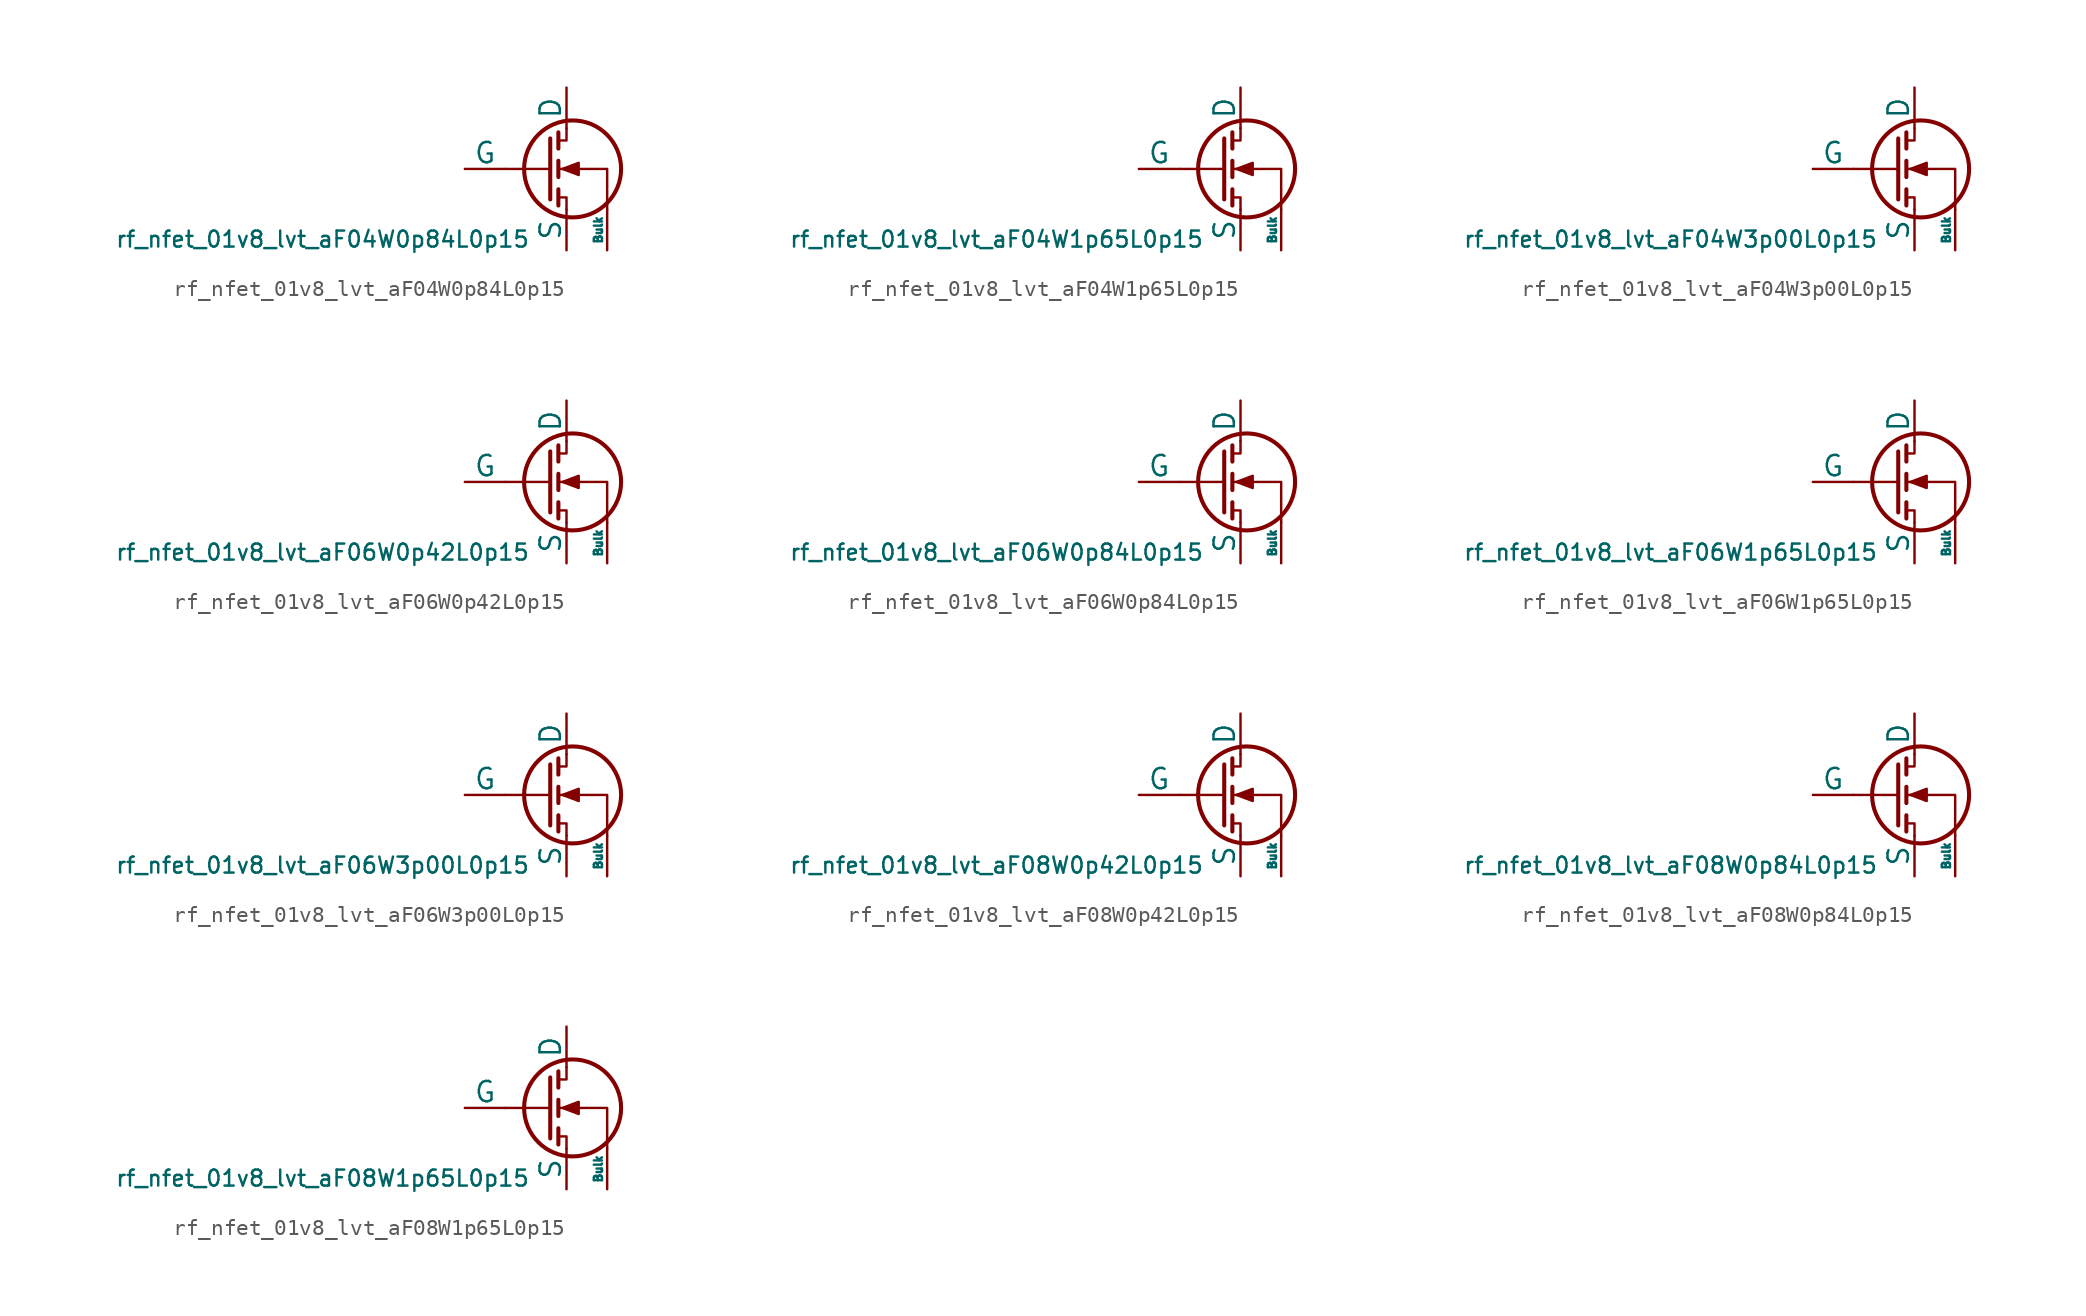
<source format=kicad_sym>
(kicad_symbol_lib
  (version 20211014)
  (generator pdk2kicad)
  (symbol "rf_nfet_01v8_lvt_aF04W0p84L0p15"
    (pin_numbers hide)
    (pin_names
      (offset 0))
    (property "Reference" "Q"
      (at 0 0 0)
      (effects (font (size 1 1)) hide))
    (property "Value" "rf_nfet_01v8_lvt_aF04W0p84L0p15"
      (at -12.7 -3.81 0)
      (effects (font (size 1 1)) (justify top)))
    (polyline
      (pts (xy 1.524 0) (xy -1.27 0))
      (stroke (width 0) (type default))
      (fill (type none)))
    (polyline
      (pts (xy 1.524 1.905) (xy 1.524 -1.905))
      (stroke (width 0.254) (type default))
      (fill (type none)))
    (polyline
      (pts (xy 2.032 -1.27) (xy 2.032 -2.286))
      (stroke (width 0.254) (type default))
      (fill (type none)))
    (polyline
      (pts (xy 2.032 0.508) (xy 2.032 -0.508))
      (stroke (width 0.254) (type default))
      (fill (type none)))
    (polyline
      (pts (xy 2.032 2.286) (xy 2.032 1.27))
      (stroke (width 0.254) (type default))
      (fill (type none)))
    (polyline
      (pts (xy 2.032 1.778) (xy 2.54 1.778) (xy 2.54 2.54))
      (stroke (width 0) (type default))
      (fill (type none)))
    (polyline
      (pts (xy 2.54 -2.54) (xy 2.54 -1.778) (xy 2.032 -1.778))
      (stroke (width 0) (type default))
      (fill (type none)))
    (polyline
      (pts (xy 5.08 -2.54) (xy 5.08 0) (xy 2.032 0))
      (stroke (width 0) (type default))
      (fill (type none)))
    (polyline
      (pts (xy 2.286 0) (xy 3.302 0.381) (xy 3.302 -0.381) (xy 2.286 0))
      (stroke (width 0) (type default))
      (fill (type outline)))
    (circle
      (center 2.921 0)
      (radius 3.029)
      (stroke (width 0.254) (type default))
      (fill (type none)))
    (pin passive line
      (at 2.54 5.08 270)
      (length 2.54)
      (name "D" (effects (font (size 1.27 1.27))))
      (number "1" (effects (font (size 1.27 1.27)))))
    (pin input line
      (at -3.81 0 0)
      (length 2.54)
      (name "G" (effects (font (size 1.27 1.27))))
      (number "2" (effects (font (size 1.27 1.27)))))
    (pin passive line
      (at 2.54 -5.08 90)
      (length 2.54)
      (name "S" (effects (font (size 1.27 1.27))))
      (number "3" (effects (font (size 1.27 1.27)))))
    (pin input line
      (at 5.08 -5.08 90)
      (length 2.54)
      (name "Bulk" (effects (font (size 0.508 0.508))))
      (number "4" (effects (font (size 1.27 1.27))))))
  (symbol "rf_nfet_01v8_lvt_aF04W1p65L0p15"
    (pin_numbers hide)
    (pin_names
      (offset 0))
    (property "Reference" "Q"
      (at 0 0 0)
      (effects (font (size 1 1)) hide))
    (property "Value" "rf_nfet_01v8_lvt_aF04W1p65L0p15"
      (at -12.7 -3.81 0)
      (effects (font (size 1 1)) (justify top)))
    (polyline
      (pts (xy 1.524 0) (xy -1.27 0))
      (stroke (width 0) (type default))
      (fill (type none)))
    (polyline
      (pts (xy 1.524 1.905) (xy 1.524 -1.905))
      (stroke (width 0.254) (type default))
      (fill (type none)))
    (polyline
      (pts (xy 2.032 -1.27) (xy 2.032 -2.286))
      (stroke (width 0.254) (type default))
      (fill (type none)))
    (polyline
      (pts (xy 2.032 0.508) (xy 2.032 -0.508))
      (stroke (width 0.254) (type default))
      (fill (type none)))
    (polyline
      (pts (xy 2.032 2.286) (xy 2.032 1.27))
      (stroke (width 0.254) (type default))
      (fill (type none)))
    (polyline
      (pts (xy 2.032 1.778) (xy 2.54 1.778) (xy 2.54 2.54))
      (stroke (width 0) (type default))
      (fill (type none)))
    (polyline
      (pts (xy 2.54 -2.54) (xy 2.54 -1.778) (xy 2.032 -1.778))
      (stroke (width 0) (type default))
      (fill (type none)))
    (polyline
      (pts (xy 5.08 -2.54) (xy 5.08 0) (xy 2.032 0))
      (stroke (width 0) (type default))
      (fill (type none)))
    (polyline
      (pts (xy 2.286 0) (xy 3.302 0.381) (xy 3.302 -0.381) (xy 2.286 0))
      (stroke (width 0) (type default))
      (fill (type outline)))
    (circle
      (center 2.921 0)
      (radius 3.029)
      (stroke (width 0.254) (type default))
      (fill (type none)))
    (pin passive line
      (at 2.54 5.08 270)
      (length 2.54)
      (name "D" (effects (font (size 1.27 1.27))))
      (number "1" (effects (font (size 1.27 1.27)))))
    (pin input line
      (at -3.81 0 0)
      (length 2.54)
      (name "G" (effects (font (size 1.27 1.27))))
      (number "2" (effects (font (size 1.27 1.27)))))
    (pin passive line
      (at 2.54 -5.08 90)
      (length 2.54)
      (name "S" (effects (font (size 1.27 1.27))))
      (number "3" (effects (font (size 1.27 1.27)))))
    (pin input line
      (at 5.08 -5.08 90)
      (length 2.54)
      (name "Bulk" (effects (font (size 0.508 0.508))))
      (number "4" (effects (font (size 1.27 1.27))))))
  (symbol "rf_nfet_01v8_lvt_aF04W3p00L0p15"
    (pin_numbers hide)
    (pin_names
      (offset 0))
    (property "Reference" "Q"
      (at 0 0 0)
      (effects (font (size 1 1)) hide))
    (property "Value" "rf_nfet_01v8_lvt_aF04W3p00L0p15"
      (at -12.7 -3.81 0)
      (effects (font (size 1 1)) (justify top)))
    (polyline
      (pts (xy 1.524 0) (xy -1.27 0))
      (stroke (width 0) (type default))
      (fill (type none)))
    (polyline
      (pts (xy 1.524 1.905) (xy 1.524 -1.905))
      (stroke (width 0.254) (type default))
      (fill (type none)))
    (polyline
      (pts (xy 2.032 -1.27) (xy 2.032 -2.286))
      (stroke (width 0.254) (type default))
      (fill (type none)))
    (polyline
      (pts (xy 2.032 0.508) (xy 2.032 -0.508))
      (stroke (width 0.254) (type default))
      (fill (type none)))
    (polyline
      (pts (xy 2.032 2.286) (xy 2.032 1.27))
      (stroke (width 0.254) (type default))
      (fill (type none)))
    (polyline
      (pts (xy 2.032 1.778) (xy 2.54 1.778) (xy 2.54 2.54))
      (stroke (width 0) (type default))
      (fill (type none)))
    (polyline
      (pts (xy 2.54 -2.54) (xy 2.54 -1.778) (xy 2.032 -1.778))
      (stroke (width 0) (type default))
      (fill (type none)))
    (polyline
      (pts (xy 5.08 -2.54) (xy 5.08 0) (xy 2.032 0))
      (stroke (width 0) (type default))
      (fill (type none)))
    (polyline
      (pts (xy 2.286 0) (xy 3.302 0.381) (xy 3.302 -0.381) (xy 2.286 0))
      (stroke (width 0) (type default))
      (fill (type outline)))
    (circle
      (center 2.921 0)
      (radius 3.029)
      (stroke (width 0.254) (type default))
      (fill (type none)))
    (pin passive line
      (at 2.54 5.08 270)
      (length 2.54)
      (name "D" (effects (font (size 1.27 1.27))))
      (number "1" (effects (font (size 1.27 1.27)))))
    (pin input line
      (at -3.81 0 0)
      (length 2.54)
      (name "G" (effects (font (size 1.27 1.27))))
      (number "2" (effects (font (size 1.27 1.27)))))
    (pin passive line
      (at 2.54 -5.08 90)
      (length 2.54)
      (name "S" (effects (font (size 1.27 1.27))))
      (number "3" (effects (font (size 1.27 1.27)))))
    (pin input line
      (at 5.08 -5.08 90)
      (length 2.54)
      (name "Bulk" (effects (font (size 0.508 0.508))))
      (number "4" (effects (font (size 1.27 1.27))))))
  (symbol "rf_nfet_01v8_lvt_aF06W0p42L0p15"
    (pin_numbers hide)
    (pin_names
      (offset 0))
    (property "Reference" "Q"
      (at 0 0 0)
      (effects (font (size 1 1)) hide))
    (property "Value" "rf_nfet_01v8_lvt_aF06W0p42L0p15"
      (at -12.7 -3.81 0)
      (effects (font (size 1 1)) (justify top)))
    (polyline
      (pts (xy 1.524 0) (xy -1.27 0))
      (stroke (width 0) (type default))
      (fill (type none)))
    (polyline
      (pts (xy 1.524 1.905) (xy 1.524 -1.905))
      (stroke (width 0.254) (type default))
      (fill (type none)))
    (polyline
      (pts (xy 2.032 -1.27) (xy 2.032 -2.286))
      (stroke (width 0.254) (type default))
      (fill (type none)))
    (polyline
      (pts (xy 2.032 0.508) (xy 2.032 -0.508))
      (stroke (width 0.254) (type default))
      (fill (type none)))
    (polyline
      (pts (xy 2.032 2.286) (xy 2.032 1.27))
      (stroke (width 0.254) (type default))
      (fill (type none)))
    (polyline
      (pts (xy 2.032 1.778) (xy 2.54 1.778) (xy 2.54 2.54))
      (stroke (width 0) (type default))
      (fill (type none)))
    (polyline
      (pts (xy 2.54 -2.54) (xy 2.54 -1.778) (xy 2.032 -1.778))
      (stroke (width 0) (type default))
      (fill (type none)))
    (polyline
      (pts (xy 5.08 -2.54) (xy 5.08 0) (xy 2.032 0))
      (stroke (width 0) (type default))
      (fill (type none)))
    (polyline
      (pts (xy 2.286 0) (xy 3.302 0.381) (xy 3.302 -0.381) (xy 2.286 0))
      (stroke (width 0) (type default))
      (fill (type outline)))
    (circle
      (center 2.921 0)
      (radius 3.029)
      (stroke (width 0.254) (type default))
      (fill (type none)))
    (pin passive line
      (at 2.54 5.08 270)
      (length 2.54)
      (name "D" (effects (font (size 1.27 1.27))))
      (number "1" (effects (font (size 1.27 1.27)))))
    (pin input line
      (at -3.81 0 0)
      (length 2.54)
      (name "G" (effects (font (size 1.27 1.27))))
      (number "2" (effects (font (size 1.27 1.27)))))
    (pin passive line
      (at 2.54 -5.08 90)
      (length 2.54)
      (name "S" (effects (font (size 1.27 1.27))))
      (number "3" (effects (font (size 1.27 1.27)))))
    (pin input line
      (at 5.08 -5.08 90)
      (length 2.54)
      (name "Bulk" (effects (font (size 0.508 0.508))))
      (number "4" (effects (font (size 1.27 1.27))))))
  (symbol "rf_nfet_01v8_lvt_aF06W0p84L0p15"
    (pin_numbers hide)
    (pin_names
      (offset 0))
    (property "Reference" "Q"
      (at 0 0 0)
      (effects (font (size 1 1)) hide))
    (property "Value" "rf_nfet_01v8_lvt_aF06W0p84L0p15"
      (at -12.7 -3.81 0)
      (effects (font (size 1 1)) (justify top)))
    (polyline
      (pts (xy 1.524 0) (xy -1.27 0))
      (stroke (width 0) (type default))
      (fill (type none)))
    (polyline
      (pts (xy 1.524 1.905) (xy 1.524 -1.905))
      (stroke (width 0.254) (type default))
      (fill (type none)))
    (polyline
      (pts (xy 2.032 -1.27) (xy 2.032 -2.286))
      (stroke (width 0.254) (type default))
      (fill (type none)))
    (polyline
      (pts (xy 2.032 0.508) (xy 2.032 -0.508))
      (stroke (width 0.254) (type default))
      (fill (type none)))
    (polyline
      (pts (xy 2.032 2.286) (xy 2.032 1.27))
      (stroke (width 0.254) (type default))
      (fill (type none)))
    (polyline
      (pts (xy 2.032 1.778) (xy 2.54 1.778) (xy 2.54 2.54))
      (stroke (width 0) (type default))
      (fill (type none)))
    (polyline
      (pts (xy 2.54 -2.54) (xy 2.54 -1.778) (xy 2.032 -1.778))
      (stroke (width 0) (type default))
      (fill (type none)))
    (polyline
      (pts (xy 5.08 -2.54) (xy 5.08 0) (xy 2.032 0))
      (stroke (width 0) (type default))
      (fill (type none)))
    (polyline
      (pts (xy 2.286 0) (xy 3.302 0.381) (xy 3.302 -0.381) (xy 2.286 0))
      (stroke (width 0) (type default))
      (fill (type outline)))
    (circle
      (center 2.921 0)
      (radius 3.029)
      (stroke (width 0.254) (type default))
      (fill (type none)))
    (pin passive line
      (at 2.54 5.08 270)
      (length 2.54)
      (name "D" (effects (font (size 1.27 1.27))))
      (number "1" (effects (font (size 1.27 1.27)))))
    (pin input line
      (at -3.81 0 0)
      (length 2.54)
      (name "G" (effects (font (size 1.27 1.27))))
      (number "2" (effects (font (size 1.27 1.27)))))
    (pin passive line
      (at 2.54 -5.08 90)
      (length 2.54)
      (name "S" (effects (font (size 1.27 1.27))))
      (number "3" (effects (font (size 1.27 1.27)))))
    (pin input line
      (at 5.08 -5.08 90)
      (length 2.54)
      (name "Bulk" (effects (font (size 0.508 0.508))))
      (number "4" (effects (font (size 1.27 1.27))))))
  (symbol "rf_nfet_01v8_lvt_aF06W1p65L0p15"
    (pin_numbers hide)
    (pin_names
      (offset 0))
    (property "Reference" "Q"
      (at 0 0 0)
      (effects (font (size 1 1)) hide))
    (property "Value" "rf_nfet_01v8_lvt_aF06W1p65L0p15"
      (at -12.7 -3.81 0)
      (effects (font (size 1 1)) (justify top)))
    (polyline
      (pts (xy 1.524 0) (xy -1.27 0))
      (stroke (width 0) (type default))
      (fill (type none)))
    (polyline
      (pts (xy 1.524 1.905) (xy 1.524 -1.905))
      (stroke (width 0.254) (type default))
      (fill (type none)))
    (polyline
      (pts (xy 2.032 -1.27) (xy 2.032 -2.286))
      (stroke (width 0.254) (type default))
      (fill (type none)))
    (polyline
      (pts (xy 2.032 0.508) (xy 2.032 -0.508))
      (stroke (width 0.254) (type default))
      (fill (type none)))
    (polyline
      (pts (xy 2.032 2.286) (xy 2.032 1.27))
      (stroke (width 0.254) (type default))
      (fill (type none)))
    (polyline
      (pts (xy 2.032 1.778) (xy 2.54 1.778) (xy 2.54 2.54))
      (stroke (width 0) (type default))
      (fill (type none)))
    (polyline
      (pts (xy 2.54 -2.54) (xy 2.54 -1.778) (xy 2.032 -1.778))
      (stroke (width 0) (type default))
      (fill (type none)))
    (polyline
      (pts (xy 5.08 -2.54) (xy 5.08 0) (xy 2.032 0))
      (stroke (width 0) (type default))
      (fill (type none)))
    (polyline
      (pts (xy 2.286 0) (xy 3.302 0.381) (xy 3.302 -0.381) (xy 2.286 0))
      (stroke (width 0) (type default))
      (fill (type outline)))
    (circle
      (center 2.921 0)
      (radius 3.029)
      (stroke (width 0.254) (type default))
      (fill (type none)))
    (pin passive line
      (at 2.54 5.08 270)
      (length 2.54)
      (name "D" (effects (font (size 1.27 1.27))))
      (number "1" (effects (font (size 1.27 1.27)))))
    (pin input line
      (at -3.81 0 0)
      (length 2.54)
      (name "G" (effects (font (size 1.27 1.27))))
      (number "2" (effects (font (size 1.27 1.27)))))
    (pin passive line
      (at 2.54 -5.08 90)
      (length 2.54)
      (name "S" (effects (font (size 1.27 1.27))))
      (number "3" (effects (font (size 1.27 1.27)))))
    (pin input line
      (at 5.08 -5.08 90)
      (length 2.54)
      (name "Bulk" (effects (font (size 0.508 0.508))))
      (number "4" (effects (font (size 1.27 1.27))))))
  (symbol "rf_nfet_01v8_lvt_aF06W3p00L0p15"
    (pin_numbers hide)
    (pin_names
      (offset 0))
    (property "Reference" "Q"
      (at 0 0 0)
      (effects (font (size 1 1)) hide))
    (property "Value" "rf_nfet_01v8_lvt_aF06W3p00L0p15"
      (at -12.7 -3.81 0)
      (effects (font (size 1 1)) (justify top)))
    (polyline
      (pts (xy 1.524 0) (xy -1.27 0))
      (stroke (width 0) (type default))
      (fill (type none)))
    (polyline
      (pts (xy 1.524 1.905) (xy 1.524 -1.905))
      (stroke (width 0.254) (type default))
      (fill (type none)))
    (polyline
      (pts (xy 2.032 -1.27) (xy 2.032 -2.286))
      (stroke (width 0.254) (type default))
      (fill (type none)))
    (polyline
      (pts (xy 2.032 0.508) (xy 2.032 -0.508))
      (stroke (width 0.254) (type default))
      (fill (type none)))
    (polyline
      (pts (xy 2.032 2.286) (xy 2.032 1.27))
      (stroke (width 0.254) (type default))
      (fill (type none)))
    (polyline
      (pts (xy 2.032 1.778) (xy 2.54 1.778) (xy 2.54 2.54))
      (stroke (width 0) (type default))
      (fill (type none)))
    (polyline
      (pts (xy 2.54 -2.54) (xy 2.54 -1.778) (xy 2.032 -1.778))
      (stroke (width 0) (type default))
      (fill (type none)))
    (polyline
      (pts (xy 5.08 -2.54) (xy 5.08 0) (xy 2.032 0))
      (stroke (width 0) (type default))
      (fill (type none)))
    (polyline
      (pts (xy 2.286 0) (xy 3.302 0.381) (xy 3.302 -0.381) (xy 2.286 0))
      (stroke (width 0) (type default))
      (fill (type outline)))
    (circle
      (center 2.921 0)
      (radius 3.029)
      (stroke (width 0.254) (type default))
      (fill (type none)))
    (pin passive line
      (at 2.54 5.08 270)
      (length 2.54)
      (name "D" (effects (font (size 1.27 1.27))))
      (number "1" (effects (font (size 1.27 1.27)))))
    (pin input line
      (at -3.81 0 0)
      (length 2.54)
      (name "G" (effects (font (size 1.27 1.27))))
      (number "2" (effects (font (size 1.27 1.27)))))
    (pin passive line
      (at 2.54 -5.08 90)
      (length 2.54)
      (name "S" (effects (font (size 1.27 1.27))))
      (number "3" (effects (font (size 1.27 1.27)))))
    (pin input line
      (at 5.08 -5.08 90)
      (length 2.54)
      (name "Bulk" (effects (font (size 0.508 0.508))))
      (number "4" (effects (font (size 1.27 1.27))))))
  (symbol "rf_nfet_01v8_lvt_aF08W0p42L0p15"
    (pin_numbers hide)
    (pin_names
      (offset 0))
    (property "Reference" "Q"
      (at 0 0 0)
      (effects (font (size 1 1)) hide))
    (property "Value" "rf_nfet_01v8_lvt_aF08W0p42L0p15"
      (at -12.7 -3.81 0)
      (effects (font (size 1 1)) (justify top)))
    (polyline
      (pts (xy 1.524 0) (xy -1.27 0))
      (stroke (width 0) (type default))
      (fill (type none)))
    (polyline
      (pts (xy 1.524 1.905) (xy 1.524 -1.905))
      (stroke (width 0.254) (type default))
      (fill (type none)))
    (polyline
      (pts (xy 2.032 -1.27) (xy 2.032 -2.286))
      (stroke (width 0.254) (type default))
      (fill (type none)))
    (polyline
      (pts (xy 2.032 0.508) (xy 2.032 -0.508))
      (stroke (width 0.254) (type default))
      (fill (type none)))
    (polyline
      (pts (xy 2.032 2.286) (xy 2.032 1.27))
      (stroke (width 0.254) (type default))
      (fill (type none)))
    (polyline
      (pts (xy 2.032 1.778) (xy 2.54 1.778) (xy 2.54 2.54))
      (stroke (width 0) (type default))
      (fill (type none)))
    (polyline
      (pts (xy 2.54 -2.54) (xy 2.54 -1.778) (xy 2.032 -1.778))
      (stroke (width 0) (type default))
      (fill (type none)))
    (polyline
      (pts (xy 5.08 -2.54) (xy 5.08 0) (xy 2.032 0))
      (stroke (width 0) (type default))
      (fill (type none)))
    (polyline
      (pts (xy 2.286 0) (xy 3.302 0.381) (xy 3.302 -0.381) (xy 2.286 0))
      (stroke (width 0) (type default))
      (fill (type outline)))
    (circle
      (center 2.921 0)
      (radius 3.029)
      (stroke (width 0.254) (type default))
      (fill (type none)))
    (pin passive line
      (at 2.54 5.08 270)
      (length 2.54)
      (name "D" (effects (font (size 1.27 1.27))))
      (number "1" (effects (font (size 1.27 1.27)))))
    (pin input line
      (at -3.81 0 0)
      (length 2.54)
      (name "G" (effects (font (size 1.27 1.27))))
      (number "2" (effects (font (size 1.27 1.27)))))
    (pin passive line
      (at 2.54 -5.08 90)
      (length 2.54)
      (name "S" (effects (font (size 1.27 1.27))))
      (number "3" (effects (font (size 1.27 1.27)))))
    (pin input line
      (at 5.08 -5.08 90)
      (length 2.54)
      (name "Bulk" (effects (font (size 0.508 0.508))))
      (number "4" (effects (font (size 1.27 1.27))))))
  (symbol "rf_nfet_01v8_lvt_aF08W0p84L0p15"
    (pin_numbers hide)
    (pin_names
      (offset 0))
    (property "Reference" "Q"
      (at 0 0 0)
      (effects (font (size 1 1)) hide))
    (property "Value" "rf_nfet_01v8_lvt_aF08W0p84L0p15"
      (at -12.7 -3.81 0)
      (effects (font (size 1 1)) (justify top)))
    (polyline
      (pts (xy 1.524 0) (xy -1.27 0))
      (stroke (width 0) (type default))
      (fill (type none)))
    (polyline
      (pts (xy 1.524 1.905) (xy 1.524 -1.905))
      (stroke (width 0.254) (type default))
      (fill (type none)))
    (polyline
      (pts (xy 2.032 -1.27) (xy 2.032 -2.286))
      (stroke (width 0.254) (type default))
      (fill (type none)))
    (polyline
      (pts (xy 2.032 0.508) (xy 2.032 -0.508))
      (stroke (width 0.254) (type default))
      (fill (type none)))
    (polyline
      (pts (xy 2.032 2.286) (xy 2.032 1.27))
      (stroke (width 0.254) (type default))
      (fill (type none)))
    (polyline
      (pts (xy 2.032 1.778) (xy 2.54 1.778) (xy 2.54 2.54))
      (stroke (width 0) (type default))
      (fill (type none)))
    (polyline
      (pts (xy 2.54 -2.54) (xy 2.54 -1.778) (xy 2.032 -1.778))
      (stroke (width 0) (type default))
      (fill (type none)))
    (polyline
      (pts (xy 5.08 -2.54) (xy 5.08 0) (xy 2.032 0))
      (stroke (width 0) (type default))
      (fill (type none)))
    (polyline
      (pts (xy 2.286 0) (xy 3.302 0.381) (xy 3.302 -0.381) (xy 2.286 0))
      (stroke (width 0) (type default))
      (fill (type outline)))
    (circle
      (center 2.921 0)
      (radius 3.029)
      (stroke (width 0.254) (type default))
      (fill (type none)))
    (pin passive line
      (at 2.54 5.08 270)
      (length 2.54)
      (name "D" (effects (font (size 1.27 1.27))))
      (number "1" (effects (font (size 1.27 1.27)))))
    (pin input line
      (at -3.81 0 0)
      (length 2.54)
      (name "G" (effects (font (size 1.27 1.27))))
      (number "2" (effects (font (size 1.27 1.27)))))
    (pin passive line
      (at 2.54 -5.08 90)
      (length 2.54)
      (name "S" (effects (font (size 1.27 1.27))))
      (number "3" (effects (font (size 1.27 1.27)))))
    (pin input line
      (at 5.08 -5.08 90)
      (length 2.54)
      (name "Bulk" (effects (font (size 0.508 0.508))))
      (number "4" (effects (font (size 1.27 1.27))))))
  (symbol "rf_nfet_01v8_lvt_aF08W1p65L0p15"
    (pin_numbers hide)
    (pin_names
      (offset 0))
    (property "Reference" "Q"
      (at 0 0 0)
      (effects (font (size 1 1)) hide))
    (property "Value" "rf_nfet_01v8_lvt_aF08W1p65L0p15"
      (at -12.7 -3.81 0)
      (effects (font (size 1 1)) (justify top)))
    (polyline
      (pts (xy 1.524 0) (xy -1.27 0))
      (stroke (width 0) (type default))
      (fill (type none)))
    (polyline
      (pts (xy 1.524 1.905) (xy 1.524 -1.905))
      (stroke (width 0.254) (type default))
      (fill (type none)))
    (polyline
      (pts (xy 2.032 -1.27) (xy 2.032 -2.286))
      (stroke (width 0.254) (type default))
      (fill (type none)))
    (polyline
      (pts (xy 2.032 0.508) (xy 2.032 -0.508))
      (stroke (width 0.254) (type default))
      (fill (type none)))
    (polyline
      (pts (xy 2.032 2.286) (xy 2.032 1.27))
      (stroke (width 0.254) (type default))
      (fill (type none)))
    (polyline
      (pts (xy 2.032 1.778) (xy 2.54 1.778) (xy 2.54 2.54))
      (stroke (width 0) (type default))
      (fill (type none)))
    (polyline
      (pts (xy 2.54 -2.54) (xy 2.54 -1.778) (xy 2.032 -1.778))
      (stroke (width 0) (type default))
      (fill (type none)))
    (polyline
      (pts (xy 5.08 -2.54) (xy 5.08 0) (xy 2.032 0))
      (stroke (width 0) (type default))
      (fill (type none)))
    (polyline
      (pts (xy 2.286 0) (xy 3.302 0.381) (xy 3.302 -0.381) (xy 2.286 0))
      (stroke (width 0) (type default))
      (fill (type outline)))
    (circle
      (center 2.921 0)
      (radius 3.029)
      (stroke (width 0.254) (type default))
      (fill (type none)))
    (pin passive line
      (at 2.54 5.08 270)
      (length 2.54)
      (name "D" (effects (font (size 1.27 1.27))))
      (number "1" (effects (font (size 1.27 1.27)))))
    (pin input line
      (at -3.81 0 0)
      (length 2.54)
      (name "G" (effects (font (size 1.27 1.27))))
      (number "2" (effects (font (size 1.27 1.27)))))
    (pin passive line
      (at 2.54 -5.08 90)
      (length 2.54)
      (name "S" (effects (font (size 1.27 1.27))))
      (number "3" (effects (font (size 1.27 1.27)))))
    (pin input line
      (at 5.08 -5.08 90)
      (length 2.54)
      (name "Bulk" (effects (font (size 0.508 0.508))))
      (number "4" (effects (font (size 1.27 1.27)))))))
</source>
